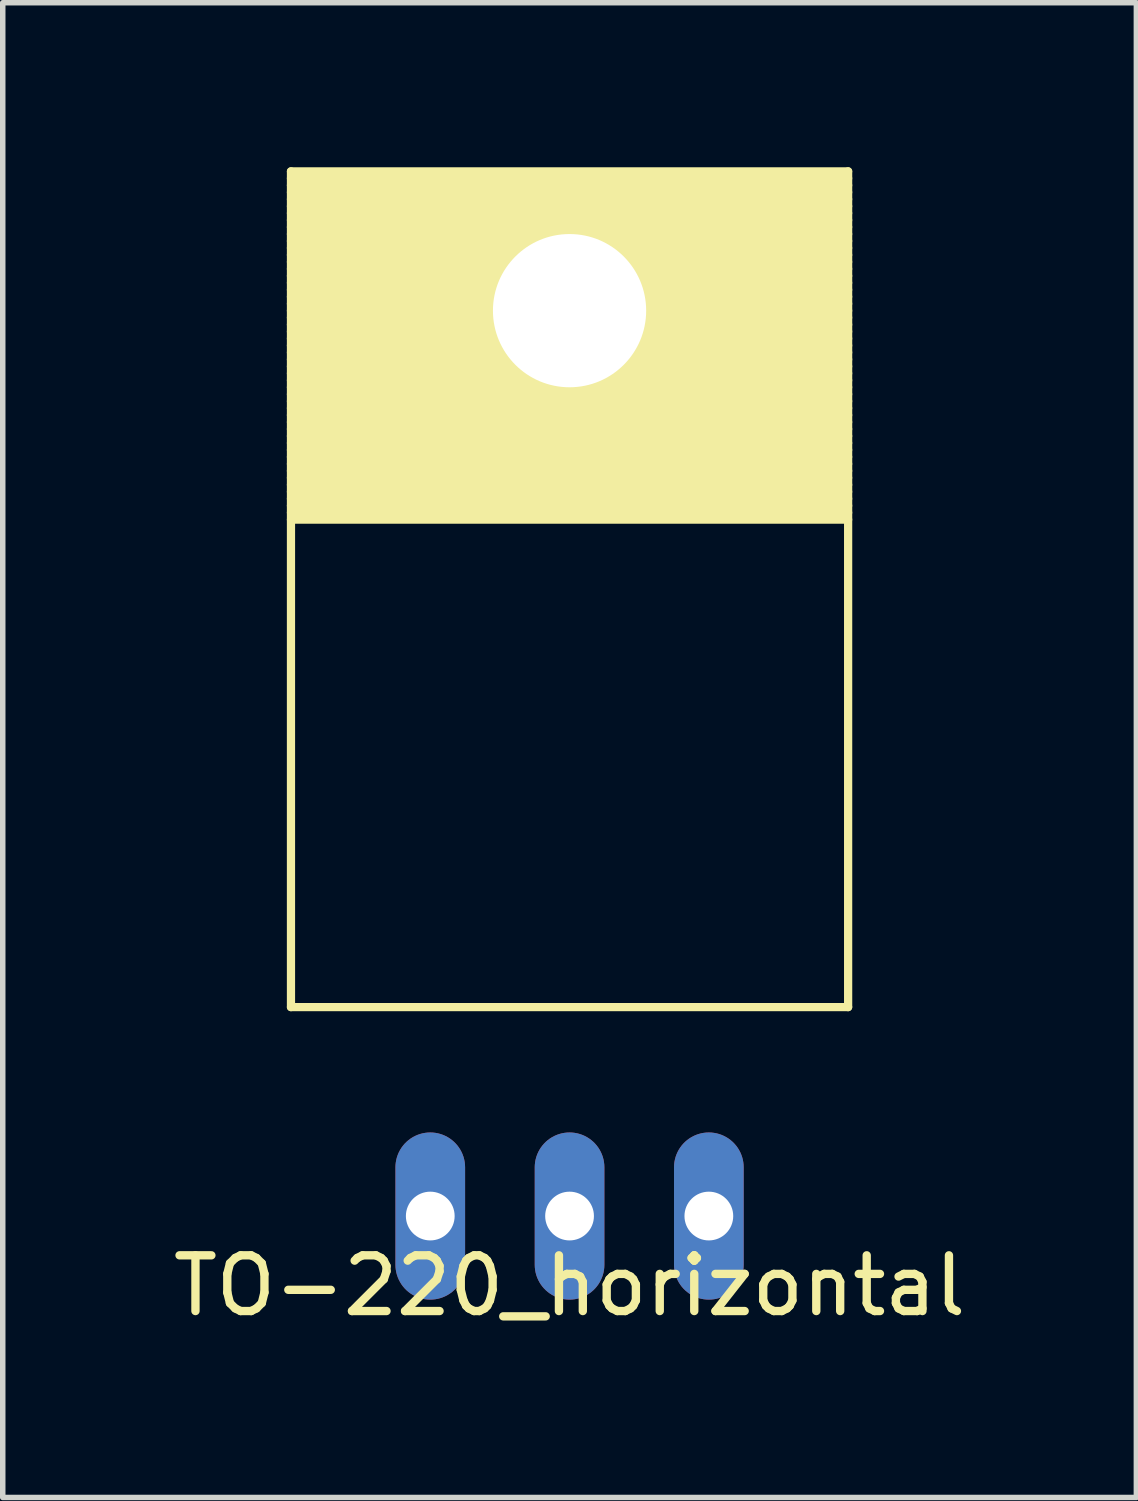
<source format=kicad_pcb>
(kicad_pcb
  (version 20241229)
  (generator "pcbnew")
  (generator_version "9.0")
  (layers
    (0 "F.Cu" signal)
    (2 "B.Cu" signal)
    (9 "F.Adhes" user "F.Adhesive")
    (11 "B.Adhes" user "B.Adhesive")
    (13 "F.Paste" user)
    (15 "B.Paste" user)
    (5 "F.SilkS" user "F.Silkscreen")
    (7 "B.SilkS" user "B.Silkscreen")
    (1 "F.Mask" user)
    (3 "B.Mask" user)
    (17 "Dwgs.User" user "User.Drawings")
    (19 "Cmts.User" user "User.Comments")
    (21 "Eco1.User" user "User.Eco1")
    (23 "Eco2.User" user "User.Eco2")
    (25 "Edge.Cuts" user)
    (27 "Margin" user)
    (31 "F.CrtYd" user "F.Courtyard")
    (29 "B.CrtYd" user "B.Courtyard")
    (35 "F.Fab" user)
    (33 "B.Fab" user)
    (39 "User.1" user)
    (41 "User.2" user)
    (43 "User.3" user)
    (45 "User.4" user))
  (footprint "TO-220_horizontal"
    (layer "F.Cu")
    (at 7.336 19.125)
    (property "Reference" "TO-220_horizontal" (at 0 1.27 0) (layer "F.SilkS") (effects (font (size 1.016 1.016) (thickness 0.152))))
    (attr through_hole)
    (fp_line (start -5.08 -19.05) (end -5.08 -3.81) (stroke (width 0.15) (type solid)) (layer "F.SilkS"))
    (fp_line (start -5.08 -18.923) (end 5.08 -18.923) (stroke (width 0.15) (type solid)) (layer "F.SilkS"))
    (fp_line (start -5.08 -18.669) (end 5.08 -18.669) (stroke (width 0.15) (type solid)) (layer "F.SilkS"))
    (fp_line (start -5.08 -18.415) (end 5.08 -18.415) (stroke (width 0.15) (type solid)) (layer "F.SilkS"))
    (fp_line (start -5.08 -18.288) (end 5.08 -18.288) (stroke (width 0.15) (type solid)) (layer "F.SilkS"))
    (fp_line (start -5.08 -18.034) (end 5.08 -18.034) (stroke (width 0.15) (type solid)) (layer "F.SilkS"))
    (fp_line (start -5.08 -17.78) (end 5.08 -17.78) (stroke (width 0.15) (type solid)) (layer "F.SilkS"))
    (fp_line (start -5.08 -17.653) (end 5.08 -17.653) (stroke (width 0.15) (type solid)) (layer "F.SilkS"))
    (fp_line (start -5.08 -17.399) (end 5.08 -17.399) (stroke (width 0.15) (type solid)) (layer "F.SilkS"))
    (fp_line (start -5.08 -17.145) (end 5.08 -17.145) (stroke (width 0.15) (type solid)) (layer "F.SilkS"))
    (fp_line (start -5.08 -17.018) (end 5.08 -17.018) (stroke (width 0.15) (type solid)) (layer "F.SilkS"))
    (fp_line (start -5.08 -16.764) (end 5.08 -16.764) (stroke (width 0.15) (type solid)) (layer "F.SilkS"))
    (fp_line (start -5.08 -16.51) (end 5.08 -16.51) (stroke (width 0.15) (type solid)) (layer "F.SilkS"))
    (fp_line (start -5.08 -16.383) (end 5.08 -16.383) (stroke (width 0.15) (type solid)) (layer "F.SilkS"))
    (fp_line (start -5.08 -16.129) (end 5.08 -16.129) (stroke (width 0.15) (type solid)) (layer "F.SilkS"))
    (fp_line (start -5.08 -15.875) (end 5.08 -15.875) (stroke (width 0.15) (type solid)) (layer "F.SilkS"))
    (fp_line (start -5.08 -15.748) (end 5.08 -15.748) (stroke (width 0.15) (type solid)) (layer "F.SilkS"))
    (fp_line (start -5.08 -15.494) (end 5.08 -15.494) (stroke (width 0.15) (type solid)) (layer "F.SilkS"))
    (fp_line (start -5.08 -15.24) (end 5.08 -15.24) (stroke (width 0.15) (type solid)) (layer "F.SilkS"))
    (fp_line (start -5.08 -15.113) (end 5.08 -15.113) (stroke (width 0.15) (type solid)) (layer "F.SilkS"))
    (fp_line (start -5.08 -14.859) (end 5.08 -14.859) (stroke (width 0.15) (type solid)) (layer "F.SilkS"))
    (fp_line (start -5.08 -14.605) (end 5.08 -14.605) (stroke (width 0.15) (type solid)) (layer "F.SilkS"))
    (fp_line (start -5.08 -14.478) (end 5.08 -14.478) (stroke (width 0.15) (type solid)) (layer "F.SilkS"))
    (fp_line (start -5.08 -14.224) (end 5.08 -14.224) (stroke (width 0.15) (type solid)) (layer "F.SilkS"))
    (fp_line (start -5.08 -13.97) (end 5.08 -13.97) (stroke (width 0.15) (type solid)) (layer "F.SilkS"))
    (fp_line (start -5.08 -13.843) (end 5.08 -13.843) (stroke (width 0.15) (type solid)) (layer "F.SilkS"))
    (fp_line (start -5.08 -13.589) (end 5.08 -13.589) (stroke (width 0.15) (type solid)) (layer "F.SilkS"))
    (fp_line (start -5.08 -13.335) (end 5.08 -13.335) (stroke (width 0.15) (type solid)) (layer "F.SilkS"))
    (fp_line (start -5.08 -13.081) (end 5.08 -13.081) (stroke (width 0.15) (type solid)) (layer "F.SilkS"))
    (fp_line (start -5.08 -12.827) (end 5.08 -12.827) (stroke (width 0.15) (type solid)) (layer "F.SilkS"))
    (fp_line (start -5.08 -12.7) (end 5.08 -12.7) (stroke (width 0.15) (type solid)) (layer "F.SilkS"))
    (fp_line (start -5.08 -3.81) (end 5.08 -3.81) (stroke (width 0.15) (type solid)) (layer "F.SilkS"))
    (fp_line (start 5.08 -19.05) (end -5.08 -19.05) (stroke (width 0.15) (type solid)) (layer "F.SilkS"))
    (fp_line (start 5.08 -18.796) (end -5.08 -18.796) (stroke (width 0.15) (type solid)) (layer "F.SilkS"))
    (fp_line (start 5.08 -18.542) (end -5.08 -18.542) (stroke (width 0.15) (type solid)) (layer "F.SilkS"))
    (fp_line (start 5.08 -18.161) (end -5.08 -18.161) (stroke (width 0.15) (type solid)) (layer "F.SilkS"))
    (fp_line (start 5.08 -17.907) (end -5.08 -17.907) (stroke (width 0.15) (type solid)) (layer "F.SilkS"))
    (fp_line (start 5.08 -17.526) (end -5.08 -17.526) (stroke (width 0.15) (type solid)) (layer "F.SilkS"))
    (fp_line (start 5.08 -17.272) (end -5.08 -17.272) (stroke (width 0.15) (type solid)) (layer "F.SilkS"))
    (fp_line (start 5.08 -16.891) (end -5.08 -16.891) (stroke (width 0.15) (type solid)) (layer "F.SilkS"))
    (fp_line (start 5.08 -16.637) (end -5.08 -16.637) (stroke (width 0.15) (type solid)) (layer "F.SilkS"))
    (fp_line (start 5.08 -16.256) (end -5.08 -16.256) (stroke (width 0.15) (type solid)) (layer "F.SilkS"))
    (fp_line (start 5.08 -16.002) (end -5.08 -16.002) (stroke (width 0.15) (type solid)) (layer "F.SilkS"))
    (fp_line (start 5.08 -15.621) (end -5.08 -15.621) (stroke (width 0.15) (type solid)) (layer "F.SilkS"))
    (fp_line (start 5.08 -15.367) (end -5.08 -15.367) (stroke (width 0.15) (type solid)) (layer "F.SilkS"))
    (fp_line (start 5.08 -14.986) (end -5.08 -14.986) (stroke (width 0.15) (type solid)) (layer "F.SilkS"))
    (fp_line (start 5.08 -14.732) (end -5.08 -14.732) (stroke (width 0.15) (type solid)) (layer "F.SilkS"))
    (fp_line (start 5.08 -14.351) (end -5.08 -14.351) (stroke (width 0.15) (type solid)) (layer "F.SilkS"))
    (fp_line (start 5.08 -14.097) (end -5.08 -14.097) (stroke (width 0.15) (type solid)) (layer "F.SilkS"))
    (fp_line (start 5.08 -13.716) (end -5.08 -13.716) (stroke (width 0.15) (type solid)) (layer "F.SilkS"))
    (fp_line (start 5.08 -13.462) (end -5.08 -13.462) (stroke (width 0.15) (type solid)) (layer "F.SilkS"))
    (fp_line (start 5.08 -13.208) (end -5.08 -13.208) (stroke (width 0.15) (type solid)) (layer "F.SilkS"))
    (fp_line (start 5.08 -12.954) (end -5.08 -12.954) (stroke (width 0.15) (type solid)) (layer "F.SilkS"))
    (fp_line (start 5.08 -3.81) (end 5.08 -19.05) (stroke (width 0.15) (type solid)) (layer "F.SilkS"))
    (pad "1" thru_hole oval (at -2.54 0) (size 1.27 3.048) (drill 0.889) (layers "*.Cu" "*.Mask"))
    (pad "2" thru_hole oval (at 0 0) (size 1.27 3.048) (drill 0.889) (layers "*.Cu" "*.Mask"))
    (pad "3" thru_hole oval (at 2.54 0) (size 1.27 3.048) (drill 0.889) (layers "*.Cu" "*.Mask"))
    (pad "P" thru_hole circle (at 0 -16.51) (size 5.08 5.08) (drill 2.794) (layers "*.Cu" "*.Mask")))
  (gr_rect
    (start -3 -3)
    (end 17.672 24.257)
    (stroke (width 0.1) (type default))
    (fill no)
    (layer "Edge.Cuts")))
</source>
